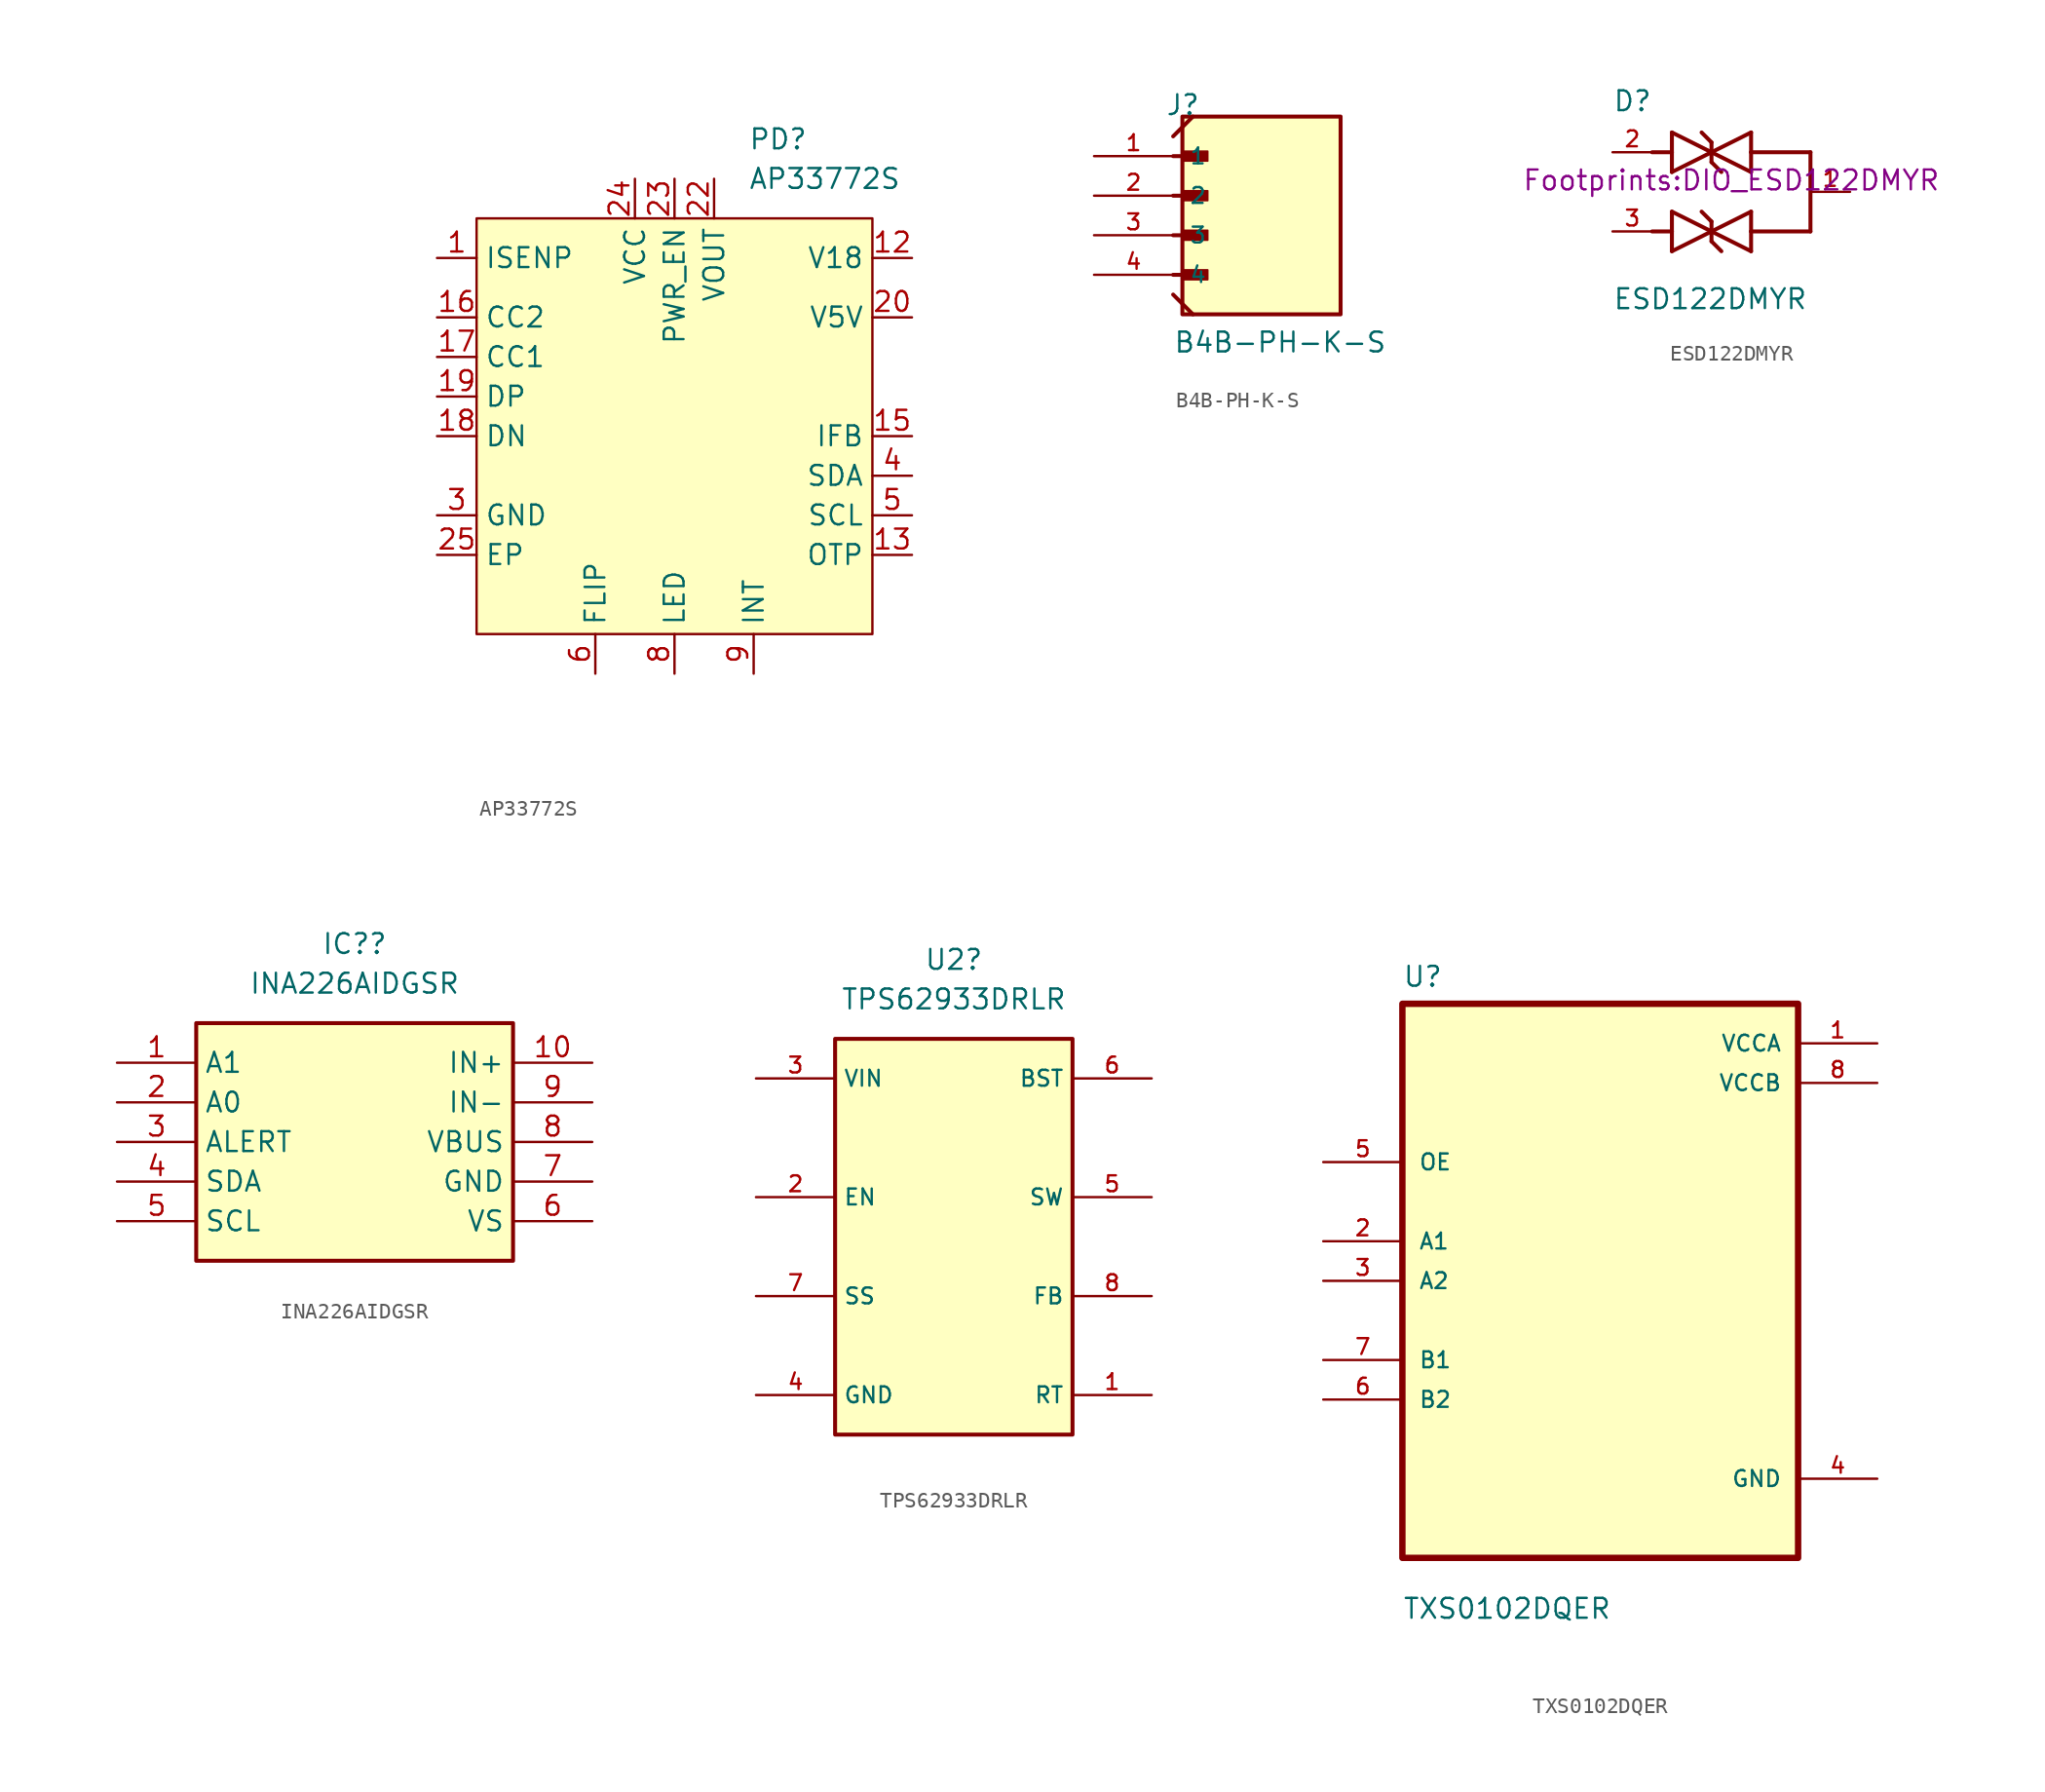
<source format=kicad_sym>
(kicad_symbol_lib
  (version 20241209)
  (generator "kicad_symbol_editor")
  (generator_version "9.0")
  (symbol "AP33772S"
    (property "Reference" "PD"
      (at 2.194 19.05 0)
      (effects (font (size 1.27 1.27)) (justify left)))
    (property "Value" "AP33772S"
      (at 2.194 16.51 0)
      (effects (font (size 1.27 1.27)) (justify left)))
    (symbol "AP33772S_1_1"
      (rectangle (start -15.24 13.97) (end 10.16 -12.7) (stroke (width 0) (type default)) (fill (type background)))
      (pin no_connect line (at -36.83 -6.35 0) (length 2.54) (hide yes) (name "NC" (effects (font (size 1.27 1.27)))) (number "2" (effects (font (size 1.27 1.27)))))
      (pin no_connect line (at -36.83 -8.89 0) (length 2.54) (hide yes) (name "NC" (effects (font (size 1.27 1.27)))) (number "11" (effects (font (size 1.27 1.27)))))
      (pin no_connect line (at -36.83 -11.43 0) (length 2.54) (hide yes) (name "NC" (effects (font (size 1.27 1.27)))) (number "10" (effects (font (size 1.27 1.27)))))
      (pin no_connect line (at -36.83 -13.97 0) (length 2.54) (hide yes) (name "NC" (effects (font (size 1.27 1.27)))) (number "14" (effects (font (size 1.27 1.27)))))
      (pin no_connect line (at -36.83 -16.51 0) (length 2.54) (hide yes) (name "NC" (effects (font (size 1.27 1.27)))) (number "7" (effects (font (size 1.27 1.27)))))
      (pin no_connect line (at -36.83 -19.05 0) (length 2.54) (hide yes) (name "NC" (effects (font (size 1.27 1.27)))) (number "21" (effects (font (size 1.27 1.27)))))
      (pin input line (at -17.78 11.43 0) (length 2.54) (name "ISENP" (effects (font (size 1.27 1.27)))) (number "1" (effects (font (size 1.27 1.27)))))
      (pin input line (at -17.78 7.62 0) (length 2.54) (name "CC2" (effects (font (size 1.27 1.27)))) (number "16" (effects (font (size 1.27 1.27)))))
      (pin input line (at -17.78 5.08 0) (length 2.54) (name "CC1" (effects (font (size 1.27 1.27)))) (number "17" (effects (font (size 1.27 1.27)))))
      (pin input line (at -17.78 2.54 0) (length 2.54) (name "DP" (effects (font (size 1.27 1.27)))) (number "19" (effects (font (size 1.27 1.27)))))
      (pin input line (at -17.78 0 0) (length 2.54) (name "DN" (effects (font (size 1.27 1.27)))) (number "18" (effects (font (size 1.27 1.27)))))
      (pin input line (at -17.78 -5.08 0) (length 2.54) (name "GND" (effects (font (size 1.27 1.27)))) (number "3" (effects (font (size 1.27 1.27)))))
      (pin input line (at -17.78 -7.62 0) (length 2.54) (name "EP" (effects (font (size 1.27 1.27)))) (number "25" (effects (font (size 1.27 1.27)))))
      (pin input line (at -7.62 -15.24 90) (length 2.54) (name "FLIP" (effects (font (size 1.27 1.27)))) (number "6" (effects (font (size 1.27 1.27)))))
      (pin input line (at -5.08 16.51 270) (length 2.54) (name "VCC" (effects (font (size 1.27 1.27)))) (number "24" (effects (font (size 1.27 1.27)))))
      (pin input line (at -2.54 16.51 270) (length 2.54) (name "PWR_EN" (effects (font (size 1.27 1.27)))) (number "23" (effects (font (size 1.27 1.27)))))
      (pin input line (at -2.54 -15.24 90) (length 2.54) (name "LED" (effects (font (size 1.27 1.27)))) (number "8" (effects (font (size 1.27 1.27)))))
      (pin input line (at 0 16.51 270) (length 2.54) (name "VOUT" (effects (font (size 1.27 1.27)))) (number "22" (effects (font (size 1.27 1.27)))))
      (pin input line (at 2.54 -15.24 90) (length 2.54) (name "INT" (effects (font (size 1.27 1.27)))) (number "9" (effects (font (size 1.27 1.27)))))
      (pin input line (at 12.7 11.43 180) (length 2.54) (name "V18" (effects (font (size 1.27 1.27)))) (number "12" (effects (font (size 1.27 1.27)))))
      (pin input line (at 12.7 7.62 180) (length 2.54) (name "V5V" (effects (font (size 1.27 1.27)))) (number "20" (effects (font (size 1.27 1.27)))))
      (pin input line (at 12.7 0 180) (length 2.54) (name "IFB" (effects (font (size 1.27 1.27)))) (number "15" (effects (font (size 1.27 1.27)))))
      (pin input line (at 12.7 -2.54 180) (length 2.54) (name "SDA" (effects (font (size 1.27 1.27)))) (number "4" (effects (font (size 1.27 1.27)))))
      (pin input line (at 12.7 -5.08 180) (length 2.54) (name "SCL" (effects (font (size 1.27 1.27)))) (number "5" (effects (font (size 1.27 1.27)))))
      (pin input line (at 12.7 -7.62 180) (length 2.54) (name "OTP" (effects (font (size 1.27 1.27)))) (number "13" (effects (font (size 1.27 1.27)))))))
  (symbol "B4B-PH-K-S"
    (pin_names
      (offset 1.016))
    (property "Reference" "J"
      (at -5.58 7.62 0)
      (effects (font (size 1.27 1.27)) (justify left bottom)))
    (property "Value" "B4B-PH-K-S"
      (at -5.08 -7.62 0)
      (effects (font (size 1.27 1.27)) (justify left bottom)))
    (symbol "B4B-PH-K-S_0_0"
      (polyline (pts (xy -5.08 6.35) (xy -3.81 7.62)) (stroke (width 0.254) (type default)) (fill (type none)))
      (polyline (pts (xy -5.08 5.08) (xy -3.175 5.08)) (stroke (width 0.254) (type default)) (fill (type none)))
      (polyline (pts (xy -5.08 2.54) (xy -3.175 2.54)) (stroke (width 0.254) (type default)) (fill (type none)))
      (polyline (pts (xy -5.08 0) (xy -3.175 0)) (stroke (width 0.254) (type default)) (fill (type none)))
      (polyline (pts (xy -5.08 -2.54) (xy -3.175 -2.54)) (stroke (width 0.254) (type default)) (fill (type none)))
      (polyline (pts (xy -5.08 -3.81) (xy -3.81 -5.08)) (stroke (width 0.254) (type default)) (fill (type none)))
      (rectangle (start -4.485 -5.08) (end 5.675 7.62) (stroke (width 0.254) (type default)) (fill (type background)))
      (rectangle (start -4.445 4.763) (end -2.857 5.397) (stroke (width 0.1) (type default)) (fill (type outline)))
      (rectangle (start -4.445 2.223) (end -2.857 2.857) (stroke (width 0.1) (type default)) (fill (type outline)))
      (rectangle (start -4.445 -0.318) (end -2.857 0.318) (stroke (width 0.1) (type default)) (fill (type outline)))
      (rectangle (start -4.445 -2.857) (end -2.857 -2.223) (stroke (width 0.1) (type default)) (fill (type outline)))
      (pin passive line (at -10.16 5.08 0) (length 5.08) (name "1" (effects (font (size 1.016 1.016)))) (number "1" (effects (font (size 1.016 1.016)))))
      (pin passive line (at -10.16 2.54 0) (length 5.08) (name "2" (effects (font (size 1.016 1.016)))) (number "2" (effects (font (size 1.016 1.016)))))
      (pin passive line (at -10.16 0 0) (length 5.08) (name "3" (effects (font (size 1.016 1.016)))) (number "3" (effects (font (size 1.016 1.016)))))
      (pin passive line (at -10.16 -2.54 0) (length 5.08) (name "4" (effects (font (size 1.016 1.016)))) (number "4" (effects (font (size 1.016 1.016)))))))
  (symbol "ESD122DMYR"
    (pin_names
      (offset 1.016))
    (property "Reference" "D"
      (at -7.62 5.08 0)
      (effects (font (size 1.27 1.27)) (justify left bottom)))
    (property "Value" "ESD122DMYR"
      (at -7.62 -7.62 0)
      (effects (font (size 1.27 1.27)) (justify left bottom)))
    (property "Footprint" "Footprints:DIO_ESD122DMYR"
      (at 0 0 0)
      (effects (font (size 1.27 1.27)) (justify bottom)))
    (symbol "ESD122DMYR_0_0"
      (polyline (pts (xy -5.08 2.54) (xy -3.81 2.54)) (stroke (width 0.254) (type default)) (fill (type none)))
      (polyline (pts (xy -5.08 -2.54) (xy -3.81 -2.54)) (stroke (width 0.254) (type default)) (fill (type none)))
      (polyline (pts (xy -3.81 3.81) (xy -3.81 2.54)) (stroke (width 0.254) (type default)) (fill (type none)))
      (polyline (pts (xy -3.81 2.54) (xy -3.81 1.27)) (stroke (width 0.254) (type default)) (fill (type none)))
      (polyline (pts (xy -3.81 1.27) (xy -1.27 2.54)) (stroke (width 0.254) (type default)) (fill (type none)))
      (polyline (pts (xy -3.81 -1.27) (xy -3.81 -2.54)) (stroke (width 0.254) (type default)) (fill (type none)))
      (polyline (pts (xy -3.81 -2.54) (xy -3.81 -3.81)) (stroke (width 0.254) (type default)) (fill (type none)))
      (polyline (pts (xy -3.81 -3.81) (xy -1.27 -2.54)) (stroke (width 0.254) (type default)) (fill (type none)))
      (polyline (pts (xy -1.27 3.175) (xy -1.905 3.81)) (stroke (width 0.254) (type default)) (fill (type none)))
      (polyline (pts (xy -1.27 2.54) (xy -3.81 3.81)) (stroke (width 0.254) (type default)) (fill (type none)))
      (polyline (pts (xy -1.27 2.54) (xy -1.27 3.175)) (stroke (width 0.254) (type default)) (fill (type none)))
      (polyline (pts (xy -1.27 2.54) (xy 1.27 1.27)) (stroke (width 0.254) (type default)) (fill (type none)))
      (polyline (pts (xy -1.27 1.905) (xy -1.27 2.54)) (stroke (width 0.254) (type default)) (fill (type none)))
      (polyline (pts (xy -1.27 -1.905) (xy -1.905 -1.27)) (stroke (width 0.254) (type default)) (fill (type none)))
      (polyline (pts (xy -1.27 -2.54) (xy -3.81 -1.27)) (stroke (width 0.254) (type default)) (fill (type none)))
      (polyline (pts (xy -1.27 -2.54) (xy -1.27 -1.905)) (stroke (width 0.254) (type default)) (fill (type none)))
      (polyline (pts (xy -1.27 -2.54) (xy 1.27 -3.81)) (stroke (width 0.254) (type default)) (fill (type none)))
      (polyline (pts (xy -1.27 -3.175) (xy -1.27 -2.54)) (stroke (width 0.254) (type default)) (fill (type none)))
      (polyline (pts (xy -0.635 1.27) (xy -1.27 1.905)) (stroke (width 0.254) (type default)) (fill (type none)))
      (polyline (pts (xy -0.635 -3.81) (xy -1.27 -3.175)) (stroke (width 0.254) (type default)) (fill (type none)))
      (polyline (pts (xy 1.27 3.81) (xy -1.27 2.54)) (stroke (width 0.254) (type default)) (fill (type none)))
      (polyline (pts (xy 1.27 2.54) (xy 1.27 3.81)) (stroke (width 0.254) (type default)) (fill (type none)))
      (polyline (pts (xy 1.27 2.54) (xy 5.08 2.54)) (stroke (width 0.254) (type default)) (fill (type none)))
      (polyline (pts (xy 1.27 1.27) (xy 1.27 2.54)) (stroke (width 0.254) (type default)) (fill (type none)))
      (polyline (pts (xy 1.27 -1.27) (xy -1.27 -2.54)) (stroke (width 0.254) (type default)) (fill (type none)))
      (polyline (pts (xy 1.27 -2.54) (xy 1.27 -1.27)) (stroke (width 0.254) (type default)) (fill (type none)))
      (polyline (pts (xy 1.27 -3.81) (xy 1.27 -2.54)) (stroke (width 0.254) (type default)) (fill (type none)))
      (polyline (pts (xy 5.08 -2.54) (xy 1.27 -2.54)) (stroke (width 0.254) (type default)) (fill (type none)))
      (rectangle (start 5.08 -2.54) (end 5.08 2.54) (stroke (width 0.254) (type default)) (fill (type background)))
      (pin passive line (at -7.62 2.54 0) (length 2.54) (name "~" (effects (font (size 1.016 1.016)))) (number "2" (effects (font (size 1.016 1.016)))))
      (pin passive line (at -7.62 -2.54 0) (length 2.54) (name "~" (effects (font (size 1.016 1.016)))) (number "3" (effects (font (size 1.016 1.016)))))
      (pin power_in line (at 7.62 0 180) (length 2.54) (name "~" (effects (font (size 1.016 1.016)))) (number "1" (effects (font (size 1.016 1.016)))))))
  (symbol "INA226AIDGSR"
    (property "Reference" "IC?"
      (at 15.24 7.62 0)
      (effects (font (size 1.27 1.27))))
    (property "Value" "INA226AIDGSR"
      (at 15.24 5.08 0)
      (effects (font (size 1.27 1.27))))
    (symbol "INA226AIDGSR_1_1"
      (rectangle (start 5.08 2.54) (end 25.4 -12.7) (stroke (width 0.254) (type default)) (fill (type background)))
      (pin passive line (at 0 0 0) (length 5.08) (name "A1" (effects (font (size 1.27 1.27)))) (number "1" (effects (font (size 1.27 1.27)))))
      (pin passive line (at 0 -2.54 0) (length 5.08) (name "A0" (effects (font (size 1.27 1.27)))) (number "2" (effects (font (size 1.27 1.27)))))
      (pin passive line (at 0 -5.08 0) (length 5.08) (name "ALERT" (effects (font (size 1.27 1.27)))) (number "3" (effects (font (size 1.27 1.27)))))
      (pin passive line (at 0 -7.62 0) (length 5.08) (name "SDA" (effects (font (size 1.27 1.27)))) (number "4" (effects (font (size 1.27 1.27)))))
      (pin passive line (at 0 -10.16 0) (length 5.08) (name "SCL" (effects (font (size 1.27 1.27)))) (number "5" (effects (font (size 1.27 1.27)))))
      (pin passive line (at 30.48 0 180) (length 5.08) (name "IN+" (effects (font (size 1.27 1.27)))) (number "10" (effects (font (size 1.27 1.27)))))
      (pin passive line (at 30.48 -2.54 180) (length 5.08) (name "IN-" (effects (font (size 1.27 1.27)))) (number "9" (effects (font (size 1.27 1.27)))))
      (pin passive line (at 30.48 -5.08 180) (length 5.08) (name "VBUS" (effects (font (size 1.27 1.27)))) (number "8" (effects (font (size 1.27 1.27)))))
      (pin passive line (at 30.48 -7.62 180) (length 5.08) (name "GND" (effects (font (size 1.27 1.27)))) (number "7" (effects (font (size 1.27 1.27)))))
      (pin passive line (at 30.48 -10.16 180) (length 5.08) (name "VS" (effects (font (size 1.27 1.27)))) (number "6" (effects (font (size 1.27 1.27)))))))
  (symbol "TPS62933DRLR"
    (property "Reference" "U2"
      (at 0 17.78 0)
      (effects (font (size 1.27 1.27))))
    (property "Value" "TPS62933DRLR"
      (at 0 15.24 0)
      (effects (font (size 1.27 1.27))))
    (symbol "TPS62933DRLR_0_0"
      (rectangle (start -7.62 12.7) (end 7.62 -12.7) (stroke (width 0.254) (type default)) (fill (type background)))
      (pin input line (at -12.7 10.16 0) (length 5.08) (name "VIN" (effects (font (size 1.016 1.016)))) (number "3" (effects (font (size 1.016 1.016)))))
      (pin input line (at -12.7 2.54 0) (length 5.08) (name "EN" (effects (font (size 1.016 1.016)))) (number "2" (effects (font (size 1.016 1.016)))))
      (pin power_in line (at -12.7 -10.16 0) (length 5.08) (name "GND" (effects (font (size 1.016 1.016)))) (number "4" (effects (font (size 1.016 1.016)))))
      (pin power_in line (at 12.7 10.16 180) (length 5.08) (name "BST" (effects (font (size 1.016 1.016)))) (number "6" (effects (font (size 1.016 1.016)))))
      (pin output line (at 12.7 2.54 180) (length 5.08) (name "SW" (effects (font (size 1.016 1.016)))) (number "5" (effects (font (size 1.016 1.016)))))
      (pin input line (at 12.7 -3.81 180) (length 5.08) (name "FB" (effects (font (size 1.016 1.016)))) (number "8" (effects (font (size 1.016 1.016)))))
      (pin input line (at 12.7 -10.16 180) (length 5.08) (name "RT" (effects (font (size 1.016 1.016)))) (number "1" (effects (font (size 1.016 1.016))))))
    (symbol "TPS62933DRLR_1_0"
      (pin output line (at -12.7 -3.81 0) (length 5.08) (name "SS" (effects (font (size 1.016 1.016)))) (number "7" (effects (font (size 1.016 1.016)))))))
  (symbol "TXS0102DQER"
    (pin_names
      (offset 1.016))
    (property "Reference" "U"
      (at -12.7 18.78 0)
      (effects (font (size 1.27 1.27)) (justify left bottom)))
    (property "Value" "TXS0102DQER"
      (at -12.7 -21.78 0)
      (effects (font (size 1.27 1.27)) (justify left bottom)))
    (symbol "TXS0102DQER_0_0"
      (rectangle (start -12.7 17.78) (end 12.7 -17.78) (stroke (width 0.41) (type default)) (fill (type background)))
      (pin input line (at -17.78 7.62 0) (length 5.08) (name "OE" (effects (font (size 1.016 1.016)))) (number "5" (effects (font (size 1.016 1.016)))))
      (pin bidirectional line (at -17.78 2.54 0) (length 5.08) (name "A1" (effects (font (size 1.016 1.016)))) (number "2" (effects (font (size 1.016 1.016)))))
      (pin bidirectional line (at -17.78 0 0) (length 5.08) (name "A2" (effects (font (size 1.016 1.016)))) (number "3" (effects (font (size 1.016 1.016)))))
      (pin bidirectional line (at -17.78 -5.08 0) (length 5.08) (name "B1" (effects (font (size 1.016 1.016)))) (number "7" (effects (font (size 1.016 1.016)))))
      (pin bidirectional line (at -17.78 -7.62 0) (length 5.08) (name "B2" (effects (font (size 1.016 1.016)))) (number "6" (effects (font (size 1.016 1.016)))))
      (pin power_in line (at 17.78 15.24 180) (length 5.08) (name "VCCA" (effects (font (size 1.016 1.016)))) (number "1" (effects (font (size 1.016 1.016)))))
      (pin power_in line (at 17.78 12.7 180) (length 5.08) (name "VCCB" (effects (font (size 1.016 1.016)))) (number "8" (effects (font (size 1.016 1.016)))))
      (pin power_in line (at 17.78 -12.7 180) (length 5.08) (name "GND" (effects (font (size 1.016 1.016)))) (number "4" (effects (font (size 1.016 1.016))))))))
</source>
